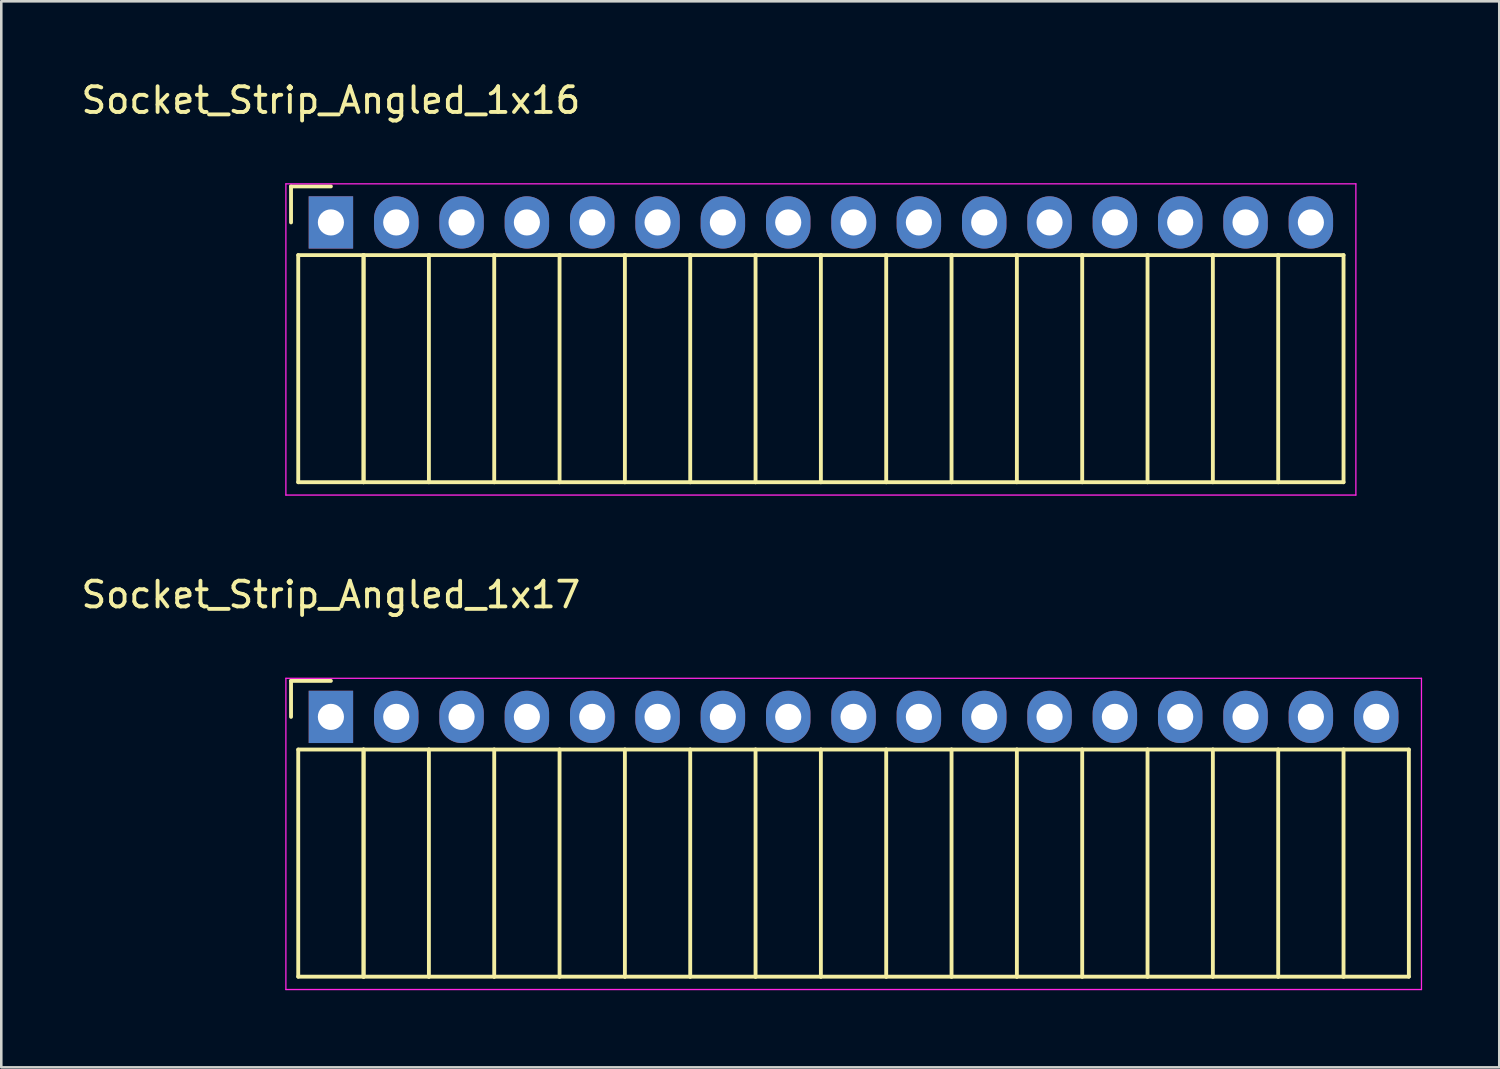
<source format=kicad_pcb>
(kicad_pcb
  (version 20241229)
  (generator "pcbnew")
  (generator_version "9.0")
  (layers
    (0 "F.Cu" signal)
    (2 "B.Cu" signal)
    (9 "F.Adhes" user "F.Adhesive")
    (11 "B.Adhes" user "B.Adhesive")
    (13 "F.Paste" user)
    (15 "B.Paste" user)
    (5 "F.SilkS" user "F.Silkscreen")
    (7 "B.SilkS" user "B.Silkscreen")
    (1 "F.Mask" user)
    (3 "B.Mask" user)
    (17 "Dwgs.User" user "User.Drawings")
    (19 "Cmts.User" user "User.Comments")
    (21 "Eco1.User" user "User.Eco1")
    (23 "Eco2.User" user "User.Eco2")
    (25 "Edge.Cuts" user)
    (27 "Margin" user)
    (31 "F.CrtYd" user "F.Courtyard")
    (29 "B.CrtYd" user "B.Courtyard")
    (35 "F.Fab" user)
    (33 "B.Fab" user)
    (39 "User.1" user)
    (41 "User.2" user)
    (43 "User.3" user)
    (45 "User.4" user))
  (footprint "Socket_Strip_Angled_1x17"
    (layer "F.Cu")
    (at 9.815 24.822)
    (property "Reference" "Socket_Strip_Angled_1x17" (at 0 -4.75 0) (layer "F.SilkS") (effects (font (size 1 1) (thickness 0.15))))
    (attr through_hole)
    (fp_line (start -1.55 -1.4) (end -1.55 0) (stroke (width 0.15) (type solid)) (layer "F.SilkS"))
    (fp_line (start -1.27 1.27) (end -1.27 10.1) (stroke (width 0.15) (type solid)) (layer "F.SilkS"))
    (fp_line (start -1.27 1.27) (end 1.27 1.27) (stroke (width 0.15) (type solid)) (layer "F.SilkS"))
    (fp_line (start -1.27 10.1) (end 1.27 10.1) (stroke (width 0.15) (type solid)) (layer "F.SilkS"))
    (fp_line (start 0 -1.4) (end -1.55 -1.4) (stroke (width 0.15) (type solid)) (layer "F.SilkS"))
    (fp_line (start 1.27 1.27) (end 1.27 10.1) (stroke (width 0.15) (type solid)) (layer "F.SilkS"))
    (fp_line (start 1.27 1.27) (end 3.81 1.27) (stroke (width 0.15) (type solid)) (layer "F.SilkS"))
    (fp_line (start 1.27 10.1) (end 1.27 1.27) (stroke (width 0.15) (type solid)) (layer "F.SilkS"))
    (fp_line (start 1.27 10.1) (end 3.81 10.1) (stroke (width 0.15) (type solid)) (layer "F.SilkS"))
    (fp_line (start 3.81 1.27) (end 6.35 1.27) (stroke (width 0.15) (type solid)) (layer "F.SilkS"))
    (fp_line (start 3.81 10.1) (end 3.81 1.27) (stroke (width 0.15) (type solid)) (layer "F.SilkS"))
    (fp_line (start 3.81 10.1) (end 6.35 10.1) (stroke (width 0.15) (type solid)) (layer "F.SilkS"))
    (fp_line (start 6.35 1.27) (end 8.89 1.27) (stroke (width 0.15) (type solid)) (layer "F.SilkS"))
    (fp_line (start 6.35 10.1) (end 6.35 1.27) (stroke (width 0.15) (type solid)) (layer "F.SilkS"))
    (fp_line (start 6.35 10.1) (end 8.89 10.1) (stroke (width 0.15) (type solid)) (layer "F.SilkS"))
    (fp_line (start 8.89 1.27) (end 11.43 1.27) (stroke (width 0.15) (type solid)) (layer "F.SilkS"))
    (fp_line (start 8.89 10.1) (end 8.89 1.27) (stroke (width 0.15) (type solid)) (layer "F.SilkS"))
    (fp_line (start 8.89 10.1) (end 11.43 10.1) (stroke (width 0.15) (type solid)) (layer "F.SilkS"))
    (fp_line (start 11.43 1.27) (end 13.97 1.27) (stroke (width 0.15) (type solid)) (layer "F.SilkS"))
    (fp_line (start 11.43 10.1) (end 11.43 1.27) (stroke (width 0.15) (type solid)) (layer "F.SilkS"))
    (fp_line (start 11.43 10.1) (end 13.97 10.1) (stroke (width 0.15) (type solid)) (layer "F.SilkS"))
    (fp_line (start 13.97 1.27) (end 16.51 1.27) (stroke (width 0.15) (type solid)) (layer "F.SilkS"))
    (fp_line (start 13.97 10.1) (end 13.97 1.27) (stroke (width 0.15) (type solid)) (layer "F.SilkS"))
    (fp_line (start 13.97 10.1) (end 16.51 10.1) (stroke (width 0.15) (type solid)) (layer "F.SilkS"))
    (fp_line (start 16.51 1.27) (end 19.05 1.27) (stroke (width 0.15) (type solid)) (layer "F.SilkS"))
    (fp_line (start 16.51 10.1) (end 16.51 1.27) (stroke (width 0.15) (type solid)) (layer "F.SilkS"))
    (fp_line (start 16.51 10.1) (end 19.05 10.1) (stroke (width 0.15) (type solid)) (layer "F.SilkS"))
    (fp_line (start 19.05 1.27) (end 21.59 1.27) (stroke (width 0.15) (type solid)) (layer "F.SilkS"))
    (fp_line (start 19.05 10.1) (end 19.05 1.27) (stroke (width 0.15) (type solid)) (layer "F.SilkS"))
    (fp_line (start 19.05 10.1) (end 21.59 10.1) (stroke (width 0.15) (type solid)) (layer "F.SilkS"))
    (fp_line (start 21.59 1.27) (end 24.13 1.27) (stroke (width 0.15) (type solid)) (layer "F.SilkS"))
    (fp_line (start 21.59 10.1) (end 21.59 1.27) (stroke (width 0.15) (type solid)) (layer "F.SilkS"))
    (fp_line (start 21.59 10.1) (end 24.13 10.1) (stroke (width 0.15) (type solid)) (layer "F.SilkS"))
    (fp_line (start 24.13 1.27) (end 26.67 1.27) (stroke (width 0.15) (type solid)) (layer "F.SilkS"))
    (fp_line (start 24.13 10.1) (end 24.13 1.27) (stroke (width 0.15) (type solid)) (layer "F.SilkS"))
    (fp_line (start 24.13 10.1) (end 26.67 10.1) (stroke (width 0.15) (type solid)) (layer "F.SilkS"))
    (fp_line (start 26.67 1.27) (end 29.21 1.27) (stroke (width 0.15) (type solid)) (layer "F.SilkS"))
    (fp_line (start 26.67 10.1) (end 26.67 1.27) (stroke (width 0.15) (type solid)) (layer "F.SilkS"))
    (fp_line (start 26.67 10.1) (end 29.21 10.1) (stroke (width 0.15) (type solid)) (layer "F.SilkS"))
    (fp_line (start 29.21 1.27) (end 31.75 1.27) (stroke (width 0.15) (type solid)) (layer "F.SilkS"))
    (fp_line (start 29.21 10.1) (end 29.21 1.27) (stroke (width 0.15) (type solid)) (layer "F.SilkS"))
    (fp_line (start 29.21 10.1) (end 31.75 10.1) (stroke (width 0.15) (type solid)) (layer "F.SilkS"))
    (fp_line (start 31.75 1.27) (end 34.29 1.27) (stroke (width 0.15) (type solid)) (layer "F.SilkS"))
    (fp_line (start 31.75 10.1) (end 31.75 1.27) (stroke (width 0.15) (type solid)) (layer "F.SilkS"))
    (fp_line (start 31.75 10.1) (end 34.29 10.1) (stroke (width 0.15) (type solid)) (layer "F.SilkS"))
    (fp_line (start 34.29 1.27) (end 36.83 1.27) (stroke (width 0.15) (type solid)) (layer "F.SilkS"))
    (fp_line (start 34.29 10.1) (end 34.29 1.27) (stroke (width 0.15) (type solid)) (layer "F.SilkS"))
    (fp_line (start 34.29 10.1) (end 36.83 10.1) (stroke (width 0.15) (type solid)) (layer "F.SilkS"))
    (fp_line (start 36.83 1.27) (end 39.37 1.27) (stroke (width 0.15) (type solid)) (layer "F.SilkS"))
    (fp_line (start 36.83 10.1) (end 36.83 1.27) (stroke (width 0.15) (type solid)) (layer "F.SilkS"))
    (fp_line (start 36.83 10.1) (end 39.37 10.1) (stroke (width 0.15) (type solid)) (layer "F.SilkS"))
    (fp_line (start 39.37 1.27) (end 41.91 1.27) (stroke (width 0.15) (type solid)) (layer "F.SilkS"))
    (fp_line (start 39.37 10.1) (end 39.37 1.27) (stroke (width 0.15) (type solid)) (layer "F.SilkS"))
    (fp_line (start 39.37 10.1) (end 41.91 10.1) (stroke (width 0.15) (type solid)) (layer "F.SilkS"))
    (fp_line (start 41.91 10.1) (end 41.91 1.27) (stroke (width 0.15) (type solid)) (layer "F.SilkS"))
    (fp_line (start -1.75 -1.5) (end -1.75 10.6) (stroke (width 0.05) (type solid)) (layer "F.CrtYd"))
    (fp_line (start -1.75 -1.5) (end 42.4 -1.5) (stroke (width 0.05) (type solid)) (layer "F.CrtYd"))
    (fp_line (start -1.75 10.6) (end 42.4 10.6) (stroke (width 0.05) (type solid)) (layer "F.CrtYd"))
    (fp_line (start 42.4 -1.5) (end 42.4 10.6) (stroke (width 0.05) (type solid)) (layer "F.CrtYd"))
    (pad "1" thru_hole rect (at 0 0) (size 1.727 2.032) (drill 1.016) (layers "*.Cu" "*.Mask"))
    (pad "2" thru_hole oval (at 2.54 0) (size 1.727 2.032) (drill 1.016) (layers "*.Cu" "*.Mask"))
    (pad "3" thru_hole oval (at 5.08 0) (size 1.727 2.032) (drill 1.016) (layers "*.Cu" "*.Mask"))
    (pad "4" thru_hole oval (at 7.62 0) (size 1.727 2.032) (drill 1.016) (layers "*.Cu" "*.Mask"))
    (pad "5" thru_hole oval (at 10.16 0) (size 1.727 2.032) (drill 1.016) (layers "*.Cu" "*.Mask"))
    (pad "6" thru_hole oval (at 12.7 0) (size 1.727 2.032) (drill 1.016) (layers "*.Cu" "*.Mask"))
    (pad "7" thru_hole oval (at 15.24 0) (size 1.727 2.032) (drill 1.016) (layers "*.Cu" "*.Mask"))
    (pad "8" thru_hole oval (at 17.78 0) (size 1.727 2.032) (drill 1.016) (layers "*.Cu" "*.Mask"))
    (pad "9" thru_hole oval (at 20.32 0) (size 1.727 2.032) (drill 1.016) (layers "*.Cu" "*.Mask"))
    (pad "10" thru_hole oval (at 22.86 0) (size 1.727 2.032) (drill 1.016) (layers "*.Cu" "*.Mask"))
    (pad "11" thru_hole oval (at 25.4 0) (size 1.727 2.032) (drill 1.016) (layers "*.Cu" "*.Mask"))
    (pad "12" thru_hole oval (at 27.94 0) (size 1.727 2.032) (drill 1.016) (layers "*.Cu" "*.Mask"))
    (pad "13" thru_hole oval (at 30.48 0) (size 1.727 2.032) (drill 1.016) (layers "*.Cu" "*.Mask"))
    (pad "14" thru_hole oval (at 33.02 0) (size 1.727 2.032) (drill 1.016) (layers "*.Cu" "*.Mask"))
    (pad "15" thru_hole oval (at 35.56 0) (size 1.727 2.032) (drill 1.016) (layers "*.Cu" "*.Mask"))
    (pad "16" thru_hole oval (at 38.1 0) (size 1.727 2.032) (drill 1.016) (layers "*.Cu" "*.Mask"))
    (pad "17" thru_hole oval (at 40.64 0) (size 1.727 2.032) (drill 1.016) (layers "*.Cu" "*.Mask")))
  (footprint "Socket_Strip_Angled_1x16"
    (layer "F.Cu")
    (at 9.815 5.598)
    (property "Reference" "Socket_Strip_Angled_1x16" (at 0 -4.75 0) (layer "F.SilkS") (effects (font (size 1 1) (thickness 0.15))))
    (attr through_hole)
    (fp_line (start -1.55 -1.4) (end -1.55 0) (stroke (width 0.15) (type solid)) (layer "F.SilkS"))
    (fp_line (start -1.27 1.27) (end -1.27 10.1) (stroke (width 0.15) (type solid)) (layer "F.SilkS"))
    (fp_line (start -1.27 1.27) (end 1.27 1.27) (stroke (width 0.15) (type solid)) (layer "F.SilkS"))
    (fp_line (start -1.27 10.1) (end 1.27 10.1) (stroke (width 0.15) (type solid)) (layer "F.SilkS"))
    (fp_line (start 0 -1.4) (end -1.55 -1.4) (stroke (width 0.15) (type solid)) (layer "F.SilkS"))
    (fp_line (start 1.27 1.27) (end 1.27 10.1) (stroke (width 0.15) (type solid)) (layer "F.SilkS"))
    (fp_line (start 1.27 1.27) (end 3.81 1.27) (stroke (width 0.15) (type solid)) (layer "F.SilkS"))
    (fp_line (start 1.27 10.1) (end 1.27 1.27) (stroke (width 0.15) (type solid)) (layer "F.SilkS"))
    (fp_line (start 1.27 10.1) (end 3.81 10.1) (stroke (width 0.15) (type solid)) (layer "F.SilkS"))
    (fp_line (start 3.81 1.27) (end 6.35 1.27) (stroke (width 0.15) (type solid)) (layer "F.SilkS"))
    (fp_line (start 3.81 10.1) (end 3.81 1.27) (stroke (width 0.15) (type solid)) (layer "F.SilkS"))
    (fp_line (start 3.81 10.1) (end 6.35 10.1) (stroke (width 0.15) (type solid)) (layer "F.SilkS"))
    (fp_line (start 6.35 1.27) (end 8.89 1.27) (stroke (width 0.15) (type solid)) (layer "F.SilkS"))
    (fp_line (start 6.35 10.1) (end 6.35 1.27) (stroke (width 0.15) (type solid)) (layer "F.SilkS"))
    (fp_line (start 6.35 10.1) (end 8.89 10.1) (stroke (width 0.15) (type solid)) (layer "F.SilkS"))
    (fp_line (start 8.89 1.27) (end 11.43 1.27) (stroke (width 0.15) (type solid)) (layer "F.SilkS"))
    (fp_line (start 8.89 10.1) (end 8.89 1.27) (stroke (width 0.15) (type solid)) (layer "F.SilkS"))
    (fp_line (start 8.89 10.1) (end 11.43 10.1) (stroke (width 0.15) (type solid)) (layer "F.SilkS"))
    (fp_line (start 11.43 1.27) (end 13.97 1.27) (stroke (width 0.15) (type solid)) (layer "F.SilkS"))
    (fp_line (start 11.43 10.1) (end 11.43 1.27) (stroke (width 0.15) (type solid)) (layer "F.SilkS"))
    (fp_line (start 11.43 10.1) (end 13.97 10.1) (stroke (width 0.15) (type solid)) (layer "F.SilkS"))
    (fp_line (start 13.97 1.27) (end 16.51 1.27) (stroke (width 0.15) (type solid)) (layer "F.SilkS"))
    (fp_line (start 13.97 10.1) (end 13.97 1.27) (stroke (width 0.15) (type solid)) (layer "F.SilkS"))
    (fp_line (start 13.97 10.1) (end 16.51 10.1) (stroke (width 0.15) (type solid)) (layer "F.SilkS"))
    (fp_line (start 16.51 1.27) (end 19.05 1.27) (stroke (width 0.15) (type solid)) (layer "F.SilkS"))
    (fp_line (start 16.51 10.1) (end 16.51 1.27) (stroke (width 0.15) (type solid)) (layer "F.SilkS"))
    (fp_line (start 16.51 10.1) (end 19.05 10.1) (stroke (width 0.15) (type solid)) (layer "F.SilkS"))
    (fp_line (start 19.05 1.27) (end 21.59 1.27) (stroke (width 0.15) (type solid)) (layer "F.SilkS"))
    (fp_line (start 19.05 10.1) (end 19.05 1.27) (stroke (width 0.15) (type solid)) (layer "F.SilkS"))
    (fp_line (start 19.05 10.1) (end 21.59 10.1) (stroke (width 0.15) (type solid)) (layer "F.SilkS"))
    (fp_line (start 21.59 1.27) (end 24.13 1.27) (stroke (width 0.15) (type solid)) (layer "F.SilkS"))
    (fp_line (start 21.59 10.1) (end 21.59 1.27) (stroke (width 0.15) (type solid)) (layer "F.SilkS"))
    (fp_line (start 21.59 10.1) (end 24.13 10.1) (stroke (width 0.15) (type solid)) (layer "F.SilkS"))
    (fp_line (start 24.13 1.27) (end 26.67 1.27) (stroke (width 0.15) (type solid)) (layer "F.SilkS"))
    (fp_line (start 24.13 10.1) (end 24.13 1.27) (stroke (width 0.15) (type solid)) (layer "F.SilkS"))
    (fp_line (start 24.13 10.1) (end 26.67 10.1) (stroke (width 0.15) (type solid)) (layer "F.SilkS"))
    (fp_line (start 26.67 1.27) (end 29.21 1.27) (stroke (width 0.15) (type solid)) (layer "F.SilkS"))
    (fp_line (start 26.67 10.1) (end 26.67 1.27) (stroke (width 0.15) (type solid)) (layer "F.SilkS"))
    (fp_line (start 26.67 10.1) (end 29.21 10.1) (stroke (width 0.15) (type solid)) (layer "F.SilkS"))
    (fp_line (start 29.21 1.27) (end 31.75 1.27) (stroke (width 0.15) (type solid)) (layer "F.SilkS"))
    (fp_line (start 29.21 10.1) (end 29.21 1.27) (stroke (width 0.15) (type solid)) (layer "F.SilkS"))
    (fp_line (start 29.21 10.1) (end 31.75 10.1) (stroke (width 0.15) (type solid)) (layer "F.SilkS"))
    (fp_line (start 31.75 1.27) (end 34.29 1.27) (stroke (width 0.15) (type solid)) (layer "F.SilkS"))
    (fp_line (start 31.75 10.1) (end 31.75 1.27) (stroke (width 0.15) (type solid)) (layer "F.SilkS"))
    (fp_line (start 31.75 10.1) (end 34.29 10.1) (stroke (width 0.15) (type solid)) (layer "F.SilkS"))
    (fp_line (start 34.29 1.27) (end 36.83 1.27) (stroke (width 0.15) (type solid)) (layer "F.SilkS"))
    (fp_line (start 34.29 10.1) (end 34.29 1.27) (stroke (width 0.15) (type solid)) (layer "F.SilkS"))
    (fp_line (start 34.29 10.1) (end 36.83 10.1) (stroke (width 0.15) (type solid)) (layer "F.SilkS"))
    (fp_line (start 36.83 1.27) (end 39.37 1.27) (stroke (width 0.15) (type solid)) (layer "F.SilkS"))
    (fp_line (start 36.83 10.1) (end 36.83 1.27) (stroke (width 0.15) (type solid)) (layer "F.SilkS"))
    (fp_line (start 36.83 10.1) (end 39.37 10.1) (stroke (width 0.15) (type solid)) (layer "F.SilkS"))
    (fp_line (start 39.37 10.1) (end 39.37 1.27) (stroke (width 0.15) (type solid)) (layer "F.SilkS"))
    (fp_line (start -1.75 -1.5) (end -1.75 10.6) (stroke (width 0.05) (type solid)) (layer "F.CrtYd"))
    (fp_line (start -1.75 -1.5) (end 39.85 -1.5) (stroke (width 0.05) (type solid)) (layer "F.CrtYd"))
    (fp_line (start -1.75 10.6) (end 39.85 10.6) (stroke (width 0.05) (type solid)) (layer "F.CrtYd"))
    (fp_line (start 39.85 -1.5) (end 39.85 10.6) (stroke (width 0.05) (type solid)) (layer "F.CrtYd"))
    (pad "1" thru_hole rect (at 0 0) (size 1.727 2.032) (drill 1.016) (layers "*.Cu" "*.Mask"))
    (pad "2" thru_hole oval (at 2.54 0) (size 1.727 2.032) (drill 1.016) (layers "*.Cu" "*.Mask"))
    (pad "3" thru_hole oval (at 5.08 0) (size 1.727 2.032) (drill 1.016) (layers "*.Cu" "*.Mask"))
    (pad "4" thru_hole oval (at 7.62 0) (size 1.727 2.032) (drill 1.016) (layers "*.Cu" "*.Mask"))
    (pad "5" thru_hole oval (at 10.16 0) (size 1.727 2.032) (drill 1.016) (layers "*.Cu" "*.Mask"))
    (pad "6" thru_hole oval (at 12.7 0) (size 1.727 2.032) (drill 1.016) (layers "*.Cu" "*.Mask"))
    (pad "7" thru_hole oval (at 15.24 0) (size 1.727 2.032) (drill 1.016) (layers "*.Cu" "*.Mask"))
    (pad "8" thru_hole oval (at 17.78 0) (size 1.727 2.032) (drill 1.016) (layers "*.Cu" "*.Mask"))
    (pad "9" thru_hole oval (at 20.32 0) (size 1.727 2.032) (drill 1.016) (layers "*.Cu" "*.Mask"))
    (pad "10" thru_hole oval (at 22.86 0) (size 1.727 2.032) (drill 1.016) (layers "*.Cu" "*.Mask"))
    (pad "11" thru_hole oval (at 25.4 0) (size 1.727 2.032) (drill 1.016) (layers "*.Cu" "*.Mask"))
    (pad "12" thru_hole oval (at 27.94 0) (size 1.727 2.032) (drill 1.016) (layers "*.Cu" "*.Mask"))
    (pad "13" thru_hole oval (at 30.48 0) (size 1.727 2.032) (drill 1.016) (layers "*.Cu" "*.Mask"))
    (pad "14" thru_hole oval (at 33.02 0) (size 1.727 2.032) (drill 1.016) (layers "*.Cu" "*.Mask"))
    (pad "15" thru_hole oval (at 35.56 0) (size 1.727 2.032) (drill 1.016) (layers "*.Cu" "*.Mask"))
    (pad "16" thru_hole oval (at 38.1 0) (size 1.727 2.032) (drill 1.016) (layers "*.Cu" "*.Mask")))
  (gr_rect
    (start -3 -3)
    (end 55.24 38.447)
    (stroke (width 0.1) (type default))
    (fill no)
    (layer "Edge.Cuts")))
</source>
